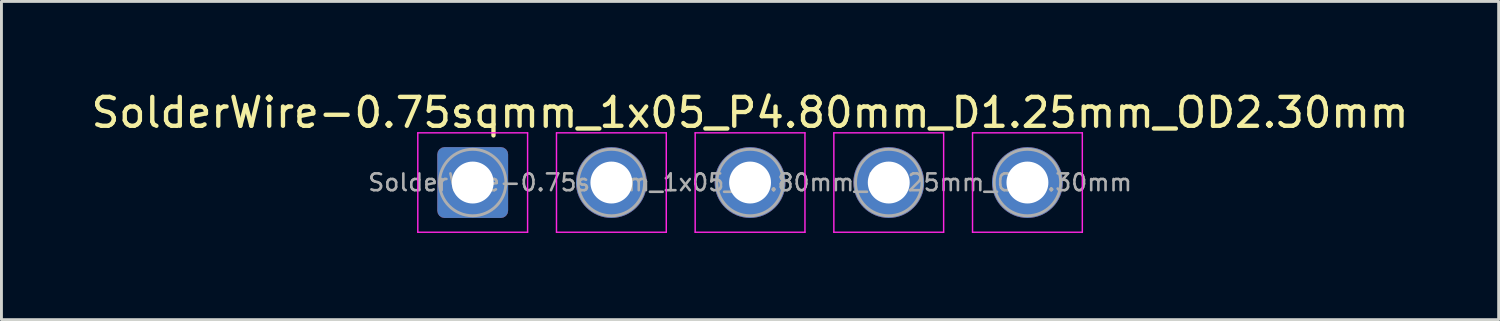
<source format=kicad_pcb>
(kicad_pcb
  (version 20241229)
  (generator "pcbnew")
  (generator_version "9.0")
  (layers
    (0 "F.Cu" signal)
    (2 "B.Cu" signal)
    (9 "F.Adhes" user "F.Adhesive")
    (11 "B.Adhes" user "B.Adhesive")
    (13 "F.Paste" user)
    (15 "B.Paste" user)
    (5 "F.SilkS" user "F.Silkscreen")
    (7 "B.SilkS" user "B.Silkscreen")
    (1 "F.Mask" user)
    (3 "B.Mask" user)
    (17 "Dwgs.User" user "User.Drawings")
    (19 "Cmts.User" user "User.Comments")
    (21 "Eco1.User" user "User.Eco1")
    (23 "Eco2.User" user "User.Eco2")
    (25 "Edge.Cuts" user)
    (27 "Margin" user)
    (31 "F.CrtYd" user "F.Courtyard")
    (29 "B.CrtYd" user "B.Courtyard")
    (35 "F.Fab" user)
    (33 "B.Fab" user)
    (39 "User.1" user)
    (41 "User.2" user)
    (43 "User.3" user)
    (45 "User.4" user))
  (footprint "SolderWire-0.75sqmm_1x05_P4.80mm_D1.25mm_OD2.30mm"
    (layer "F.Cu")
    (at 13.311 3.268)
    (property "Reference" "SolderWire-0.75sqmm_1x05_P4.80mm_D1.25mm_OD2.30mm" (at 9.6 -2.42 0) (layer "F.SilkS") (effects (font (size 1 1) (thickness 0.15))))
    (attr exclude_from_pos_files exclude_from_bom)
    (fp_line (start -1.9 -1.72) (end -1.9 1.72) (stroke (width 0.05) (type solid)) (layer "F.CrtYd"))
    (fp_line (start -1.9 1.72) (end 1.9 1.72) (stroke (width 0.05) (type solid)) (layer "F.CrtYd"))
    (fp_line (start 1.9 -1.72) (end -1.9 -1.72) (stroke (width 0.05) (type solid)) (layer "F.CrtYd"))
    (fp_line (start 1.9 1.72) (end 1.9 -1.72) (stroke (width 0.05) (type solid)) (layer "F.CrtYd"))
    (fp_line (start 2.9 -1.72) (end 2.9 1.72) (stroke (width 0.05) (type solid)) (layer "F.CrtYd"))
    (fp_line (start 2.9 1.72) (end 6.7 1.72) (stroke (width 0.05) (type solid)) (layer "F.CrtYd"))
    (fp_line (start 6.7 -1.72) (end 2.9 -1.72) (stroke (width 0.05) (type solid)) (layer "F.CrtYd"))
    (fp_line (start 6.7 1.72) (end 6.7 -1.72) (stroke (width 0.05) (type solid)) (layer "F.CrtYd"))
    (fp_line (start 7.7 -1.72) (end 7.7 1.72) (stroke (width 0.05) (type solid)) (layer "F.CrtYd"))
    (fp_line (start 7.7 1.72) (end 11.5 1.72) (stroke (width 0.05) (type solid)) (layer "F.CrtYd"))
    (fp_line (start 11.5 -1.72) (end 7.7 -1.72) (stroke (width 0.05) (type solid)) (layer "F.CrtYd"))
    (fp_line (start 11.5 1.72) (end 11.5 -1.72) (stroke (width 0.05) (type solid)) (layer "F.CrtYd"))
    (fp_line (start 12.5 -1.72) (end 12.5 1.72) (stroke (width 0.05) (type solid)) (layer "F.CrtYd"))
    (fp_line (start 12.5 1.72) (end 16.3 1.72) (stroke (width 0.05) (type solid)) (layer "F.CrtYd"))
    (fp_line (start 16.3 -1.72) (end 12.5 -1.72) (stroke (width 0.05) (type solid)) (layer "F.CrtYd"))
    (fp_line (start 16.3 1.72) (end 16.3 -1.72) (stroke (width 0.05) (type solid)) (layer "F.CrtYd"))
    (fp_line (start 17.3 -1.72) (end 17.3 1.72) (stroke (width 0.05) (type solid)) (layer "F.CrtYd"))
    (fp_line (start 17.3 1.72) (end 21.1 1.72) (stroke (width 0.05) (type solid)) (layer "F.CrtYd"))
    (fp_line (start 21.1 -1.72) (end 17.3 -1.72) (stroke (width 0.05) (type solid)) (layer "F.CrtYd"))
    (fp_line (start 21.1 1.72) (end 21.1 -1.72) (stroke (width 0.05) (type solid)) (layer "F.CrtYd"))
    (fp_circle (center 0 0) (end 1.15 0) (stroke (width 0.1) (type solid)) (fill no) (layer "F.Fab"))
    (fp_circle (center 4.8 0) (end 5.95 0) (stroke (width 0.1) (type solid)) (fill no) (layer "F.Fab"))
    (fp_circle (center 9.6 0) (end 10.75 0) (stroke (width 0.1) (type solid)) (fill no) (layer "F.Fab"))
    (fp_circle (center 14.4 0) (end 15.55 0) (stroke (width 0.1) (type solid)) (fill no) (layer "F.Fab"))
    (fp_circle (center 19.2 0) (end 20.35 0) (stroke (width 0.1) (type solid)) (fill no) (layer "F.Fab"))
    (fp_text user "${REFERENCE}" (at 9.6 0 0) (layer "F.Fab") (effects (font (size 0.58 0.58) (thickness 0.09))))
    (pad "1" thru_hole roundrect (at 0 0) (size 2.45 2.45) (drill 1.45) (layers "*.Cu" "*.Mask") (roundrect_rratio 0.102))
    (pad "2" thru_hole circle (at 4.8 0) (size 2.45 2.45) (drill 1.45) (layers "*.Cu" "*.Mask"))
    (pad "3" thru_hole circle (at 9.6 0) (size 2.45 2.45) (drill 1.45) (layers "*.Cu" "*.Mask"))
    (pad "4" thru_hole circle (at 14.4 0) (size 2.45 2.45) (drill 1.45) (layers "*.Cu" "*.Mask"))
    (pad "5" thru_hole circle (at 19.2 0) (size 2.45 2.45) (drill 1.45) (layers "*.Cu" "*.Mask")))
  (gr_rect
    (start -3 -3)
    (end 48.821 8.013)
    (stroke (width 0.1) (type default))
    (fill no)
    (layer "Edge.Cuts")))
</source>
